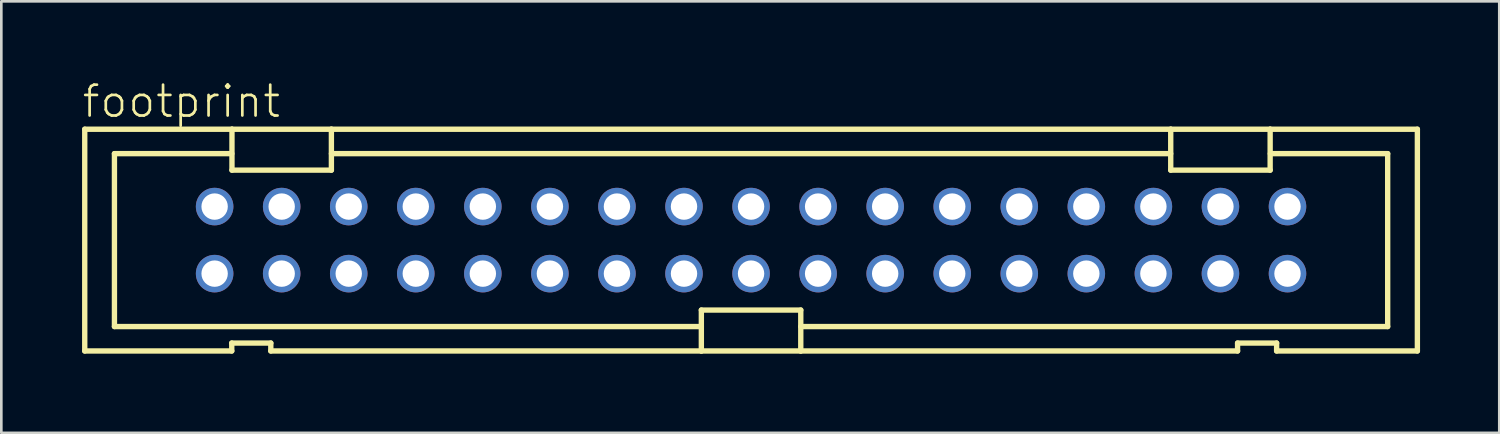
<source format=kicad_pcb>
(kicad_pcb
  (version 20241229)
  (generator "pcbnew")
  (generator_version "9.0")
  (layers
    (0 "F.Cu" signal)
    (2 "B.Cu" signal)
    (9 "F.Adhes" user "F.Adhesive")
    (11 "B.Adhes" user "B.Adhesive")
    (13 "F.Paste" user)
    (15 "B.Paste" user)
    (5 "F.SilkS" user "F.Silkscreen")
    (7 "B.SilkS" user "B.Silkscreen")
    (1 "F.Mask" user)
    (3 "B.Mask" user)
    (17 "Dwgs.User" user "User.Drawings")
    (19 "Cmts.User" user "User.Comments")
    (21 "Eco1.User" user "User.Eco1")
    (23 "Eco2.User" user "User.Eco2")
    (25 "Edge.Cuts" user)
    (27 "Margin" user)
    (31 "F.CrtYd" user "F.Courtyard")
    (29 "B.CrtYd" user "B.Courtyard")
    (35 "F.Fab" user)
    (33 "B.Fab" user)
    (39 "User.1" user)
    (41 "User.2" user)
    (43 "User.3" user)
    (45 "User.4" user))
  (footprint "footprint"
    (layer "F.Cu")
    (at 25.4 6.045)
    (property "Reference" "footprint" (at -25.4 -4.572 0) (layer "F.SilkS") (effects (font (size 1.168 1.168) (thickness 0.102)) (justify left bottom)))
    (fp_line (start -25.24 -4.2) (end -19.663 -4.2) (stroke (width 0.203) (type solid)) (layer "F.SilkS"))
    (fp_line (start -25.24 4.2) (end -25.24 -4.2) (stroke (width 0.203) (type solid)) (layer "F.SilkS"))
    (fp_line (start -24.115 -3.275) (end -19.67 -3.275) (stroke (width 0.203) (type solid)) (layer "F.SilkS"))
    (fp_line (start -24.115 3.275) (end -24.115 -3.275) (stroke (width 0.203) (type solid)) (layer "F.SilkS"))
    (fp_line (start -19.671 3.9) (end -19.671 4.2) (stroke (width 0.203) (type solid)) (layer "F.SilkS"))
    (fp_line (start -19.671 4.2) (end -25.24 4.2) (stroke (width 0.203) (type solid)) (layer "F.SilkS"))
    (fp_line (start -19.663 -4.2) (end -19.663 -2.65) (stroke (width 0.203) (type solid)) (layer "F.SilkS"))
    (fp_line (start -19.663 -4.2) (end -15.897 -4.2) (stroke (width 0.203) (type solid)) (layer "F.SilkS"))
    (fp_line (start -19.663 -2.65) (end -15.897 -2.65) (stroke (width 0.203) (type solid)) (layer "F.SilkS"))
    (fp_line (start -18.192 3.9) (end -19.671 3.9) (stroke (width 0.203) (type solid)) (layer "F.SilkS"))
    (fp_line (start -18.192 4.2) (end -18.192 3.9) (stroke (width 0.203) (type solid)) (layer "F.SilkS"))
    (fp_line (start -15.897 -4.2) (end 15.897 -4.2) (stroke (width 0.203) (type solid)) (layer "F.SilkS"))
    (fp_line (start -15.897 -2.65) (end -15.897 -4.2) (stroke (width 0.203) (type solid)) (layer "F.SilkS"))
    (fp_line (start -15.895 -3.275) (end 15.895 -3.275) (stroke (width 0.203) (type solid)) (layer "F.SilkS"))
    (fp_line (start -1.883 2.65) (end -1.883 4.2) (stroke (width 0.203) (type solid)) (layer "F.SilkS"))
    (fp_line (start -1.883 3.275) (end -24.115 3.275) (stroke (width 0.203) (type solid)) (layer "F.SilkS"))
    (fp_line (start -1.883 4.2) (end -18.192 4.2) (stroke (width 0.203) (type solid)) (layer "F.SilkS"))
    (fp_line (start 1.883 2.65) (end -1.883 2.65) (stroke (width 0.203) (type solid)) (layer "F.SilkS"))
    (fp_line (start 1.883 4.2) (end -1.883 4.2) (stroke (width 0.203) (type solid)) (layer "F.SilkS"))
    (fp_line (start 1.883 4.2) (end 1.883 2.65) (stroke (width 0.203) (type solid)) (layer "F.SilkS"))
    (fp_line (start 15.897 -4.2) (end 15.897 -2.65) (stroke (width 0.203) (type solid)) (layer "F.SilkS"))
    (fp_line (start 15.897 -4.2) (end 19.663 -4.2) (stroke (width 0.203) (type solid)) (layer "F.SilkS"))
    (fp_line (start 15.897 -2.65) (end 19.663 -2.65) (stroke (width 0.203) (type solid)) (layer "F.SilkS"))
    (fp_line (start 18.429 3.9) (end 18.429 4.2) (stroke (width 0.203) (type solid)) (layer "F.SilkS"))
    (fp_line (start 18.429 4.2) (end 1.883 4.2) (stroke (width 0.203) (type solid)) (layer "F.SilkS"))
    (fp_line (start 19.663 -4.2) (end 25.24 -4.2) (stroke (width 0.203) (type solid)) (layer "F.SilkS"))
    (fp_line (start 19.663 -2.65) (end 19.663 -4.2) (stroke (width 0.203) (type solid)) (layer "F.SilkS"))
    (fp_line (start 19.67 -3.275) (end 24.115 -3.275) (stroke (width 0.203) (type solid)) (layer "F.SilkS"))
    (fp_line (start 19.908 3.9) (end 18.429 3.9) (stroke (width 0.203) (type solid)) (layer "F.SilkS"))
    (fp_line (start 19.908 4.2) (end 19.908 3.9) (stroke (width 0.203) (type solid)) (layer "F.SilkS"))
    (fp_line (start 24.115 -3.275) (end 24.115 3.275) (stroke (width 0.203) (type solid)) (layer "F.SilkS"))
    (fp_line (start 24.115 3.275) (end 1.883 3.275) (stroke (width 0.203) (type solid)) (layer "F.SilkS"))
    (fp_line (start 25.24 -4.2) (end 25.24 4.2) (stroke (width 0.203) (type solid)) (layer "F.SilkS"))
    (fp_line (start 25.24 4.2) (end 19.908 4.2) (stroke (width 0.203) (type solid)) (layer "F.SilkS"))
    (pad "1" thru_hole circle (at -20.32 1.27) (size 1.422 1.422) (drill 1) (layers "*.Cu" "*.Mask"))
    (pad "2" thru_hole circle (at -20.32 -1.27) (size 1.422 1.422) (drill 1) (layers "*.Cu" "*.Mask"))
    (pad "3" thru_hole circle (at -17.78 1.27) (size 1.422 1.422) (drill 1) (layers "*.Cu" "*.Mask"))
    (pad "4" thru_hole circle (at -17.78 -1.27) (size 1.422 1.422) (drill 1) (layers "*.Cu" "*.Mask"))
    (pad "5" thru_hole circle (at -15.24 1.27) (size 1.422 1.422) (drill 1) (layers "*.Cu" "*.Mask"))
    (pad "6" thru_hole circle (at -15.24 -1.27) (size 1.422 1.422) (drill 1) (layers "*.Cu" "*.Mask"))
    (pad "7" thru_hole circle (at -12.7 1.27) (size 1.422 1.422) (drill 1) (layers "*.Cu" "*.Mask"))
    (pad "8" thru_hole circle (at -12.7 -1.27) (size 1.422 1.422) (drill 1) (layers "*.Cu" "*.Mask"))
    (pad "9" thru_hole circle (at -10.16 1.27) (size 1.422 1.422) (drill 1) (layers "*.Cu" "*.Mask"))
    (pad "10" thru_hole circle (at -10.16 -1.27) (size 1.422 1.422) (drill 1) (layers "*.Cu" "*.Mask"))
    (pad "11" thru_hole circle (at -7.62 1.27) (size 1.422 1.422) (drill 1) (layers "*.Cu" "*.Mask"))
    (pad "12" thru_hole circle (at -7.62 -1.27) (size 1.422 1.422) (drill 1) (layers "*.Cu" "*.Mask"))
    (pad "13" thru_hole circle (at -5.08 1.27) (size 1.422 1.422) (drill 1) (layers "*.Cu" "*.Mask"))
    (pad "14" thru_hole circle (at -5.08 -1.27) (size 1.422 1.422) (drill 1) (layers "*.Cu" "*.Mask"))
    (pad "15" thru_hole circle (at -2.54 1.27) (size 1.422 1.422) (drill 1) (layers "*.Cu" "*.Mask"))
    (pad "16" thru_hole circle (at -2.54 -1.27) (size 1.422 1.422) (drill 1) (layers "*.Cu" "*.Mask"))
    (pad "17" thru_hole circle (at 0 1.27) (size 1.422 1.422) (drill 1) (layers "*.Cu" "*.Mask"))
    (pad "18" thru_hole circle (at 0 -1.27) (size 1.422 1.422) (drill 1) (layers "*.Cu" "*.Mask"))
    (pad "19" thru_hole circle (at 2.54 1.27) (size 1.422 1.422) (drill 1) (layers "*.Cu" "*.Mask"))
    (pad "20" thru_hole circle (at 2.54 -1.27) (size 1.422 1.422) (drill 1) (layers "*.Cu" "*.Mask"))
    (pad "21" thru_hole circle (at 5.08 1.27) (size 1.422 1.422) (drill 1) (layers "*.Cu" "*.Mask"))
    (pad "22" thru_hole circle (at 5.08 -1.27) (size 1.422 1.422) (drill 1) (layers "*.Cu" "*.Mask"))
    (pad "23" thru_hole circle (at 7.62 1.27) (size 1.422 1.422) (drill 1) (layers "*.Cu" "*.Mask"))
    (pad "24" thru_hole circle (at 7.62 -1.27) (size 1.422 1.422) (drill 1) (layers "*.Cu" "*.Mask"))
    (pad "25" thru_hole circle (at 10.16 1.27) (size 1.422 1.422) (drill 1) (layers "*.Cu" "*.Mask"))
    (pad "26" thru_hole circle (at 10.16 -1.27) (size 1.422 1.422) (drill 1) (layers "*.Cu" "*.Mask"))
    (pad "27" thru_hole circle (at 12.7 1.27) (size 1.422 1.422) (drill 1) (layers "*.Cu" "*.Mask"))
    (pad "28" thru_hole circle (at 12.7 -1.27) (size 1.422 1.422) (drill 1) (layers "*.Cu" "*.Mask"))
    (pad "29" thru_hole circle (at 15.24 1.27) (size 1.422 1.422) (drill 1) (layers "*.Cu" "*.Mask"))
    (pad "30" thru_hole circle (at 15.24 -1.27) (size 1.422 1.422) (drill 1) (layers "*.Cu" "*.Mask"))
    (pad "31" thru_hole circle (at 17.78 1.27) (size 1.422 1.422) (drill 1) (layers "*.Cu" "*.Mask"))
    (pad "32" thru_hole circle (at 17.78 -1.27) (size 1.422 1.422) (drill 1) (layers "*.Cu" "*.Mask"))
    (pad "33" thru_hole circle (at 20.32 1.27) (size 1.422 1.422) (drill 1) (layers "*.Cu" "*.Mask"))
    (pad "34" thru_hole circle (at 20.32 -1.27) (size 1.422 1.422) (drill 1) (layers "*.Cu" "*.Mask")))
  (gr_rect
    (start -3 -3)
    (end 53.742 13.347)
    (stroke (width 0.1) (type default))
    (fill no)
    (layer "Edge.Cuts")))
</source>
